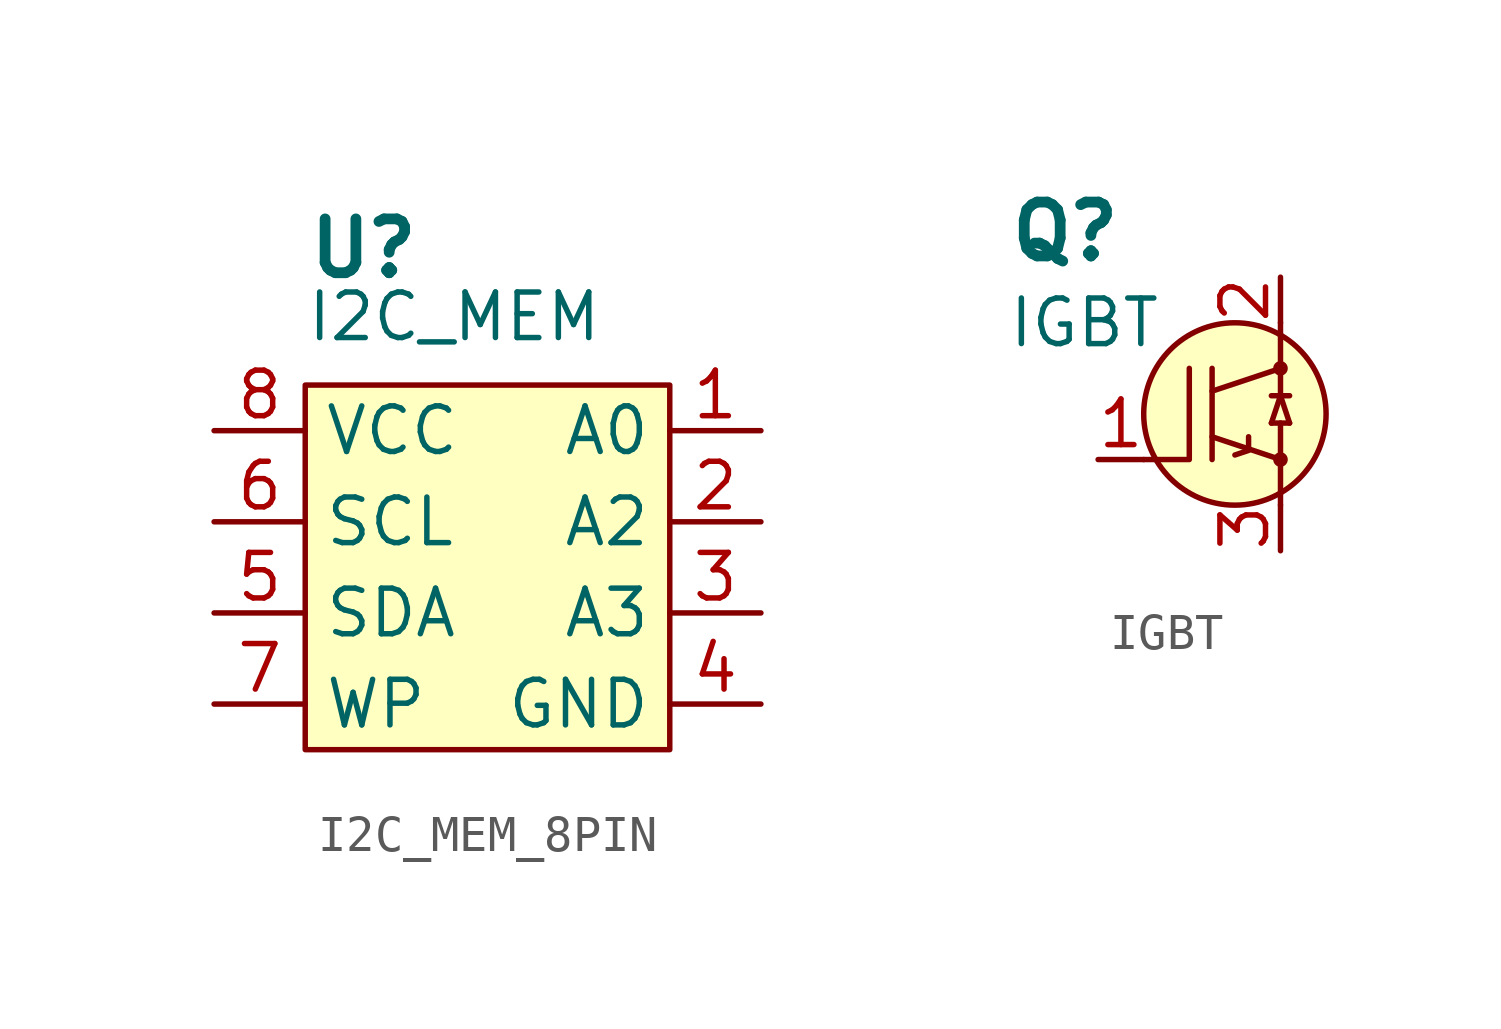
<source format=kicad_sym>
(kicad_symbol_lib
  (version 20231120)
  (generator "kicad_symbol_editor")
  (generator_version "8.0")
  (symbol "I2C_MEM_8PIN"
    (property "Reference" "U"
      (at 0 0 0)
      (effects (font (size 1.5 1.5) (bold yes)) (justify left)))
    (property "Value" "I2C_MEM"
      (at 0 -1.905 0)
      (effects (font (size 1.27 1.27)) (justify left)))
    (symbol "I2C_MEM_8PIN_1_1"
      (rectangle (start 0 -3.81) (end 10.16 -13.97) (stroke (width 0) (type default)) (fill (type background)))
      (pin input line (at 12.7 -5.08 180) (length 2.54) (name "A0" (effects (font (size 1.27 1.27)))) (number "1" (effects (font (size 1.27 1.27)))))
      (pin input line (at 12.7 -7.62 180) (length 2.54) (name "A2" (effects (font (size 1.27 1.27)))) (number "2" (effects (font (size 1.27 1.27)))))
      (pin input line (at 12.7 -10.16 180) (length 2.54) (name "A3" (effects (font (size 1.27 1.27)))) (number "3" (effects (font (size 1.27 1.27)))))
      (pin power_in line (at 12.7 -12.7 180) (length 2.54) (name "GND" (effects (font (size 1.27 1.27)))) (number "4" (effects (font (size 1.27 1.27)))))
      (pin bidirectional line (at -2.54 -10.16 0) (length 2.54) (name "SDA" (effects (font (size 1.27 1.27)))) (number "5" (effects (font (size 1.27 1.27)))))
      (pin input line (at -2.54 -7.62 0) (length 2.54) (name "SCL" (effects (font (size 1.27 1.27)))) (number "6" (effects (font (size 1.27 1.27)))))
      (pin input line (at -2.54 -12.7 0) (length 2.54) (name "WP" (effects (font (size 1.27 1.27)))) (number "7" (effects (font (size 1.27 1.27)))))
      (pin power_in line (at -2.54 -5.08 0) (length 2.54) (name "VCC" (effects (font (size 1.27 1.27)))) (number "8" (effects (font (size 1.27 1.27)))))))
  (symbol "IGBT"
    (pin_names hide)
    (property "Reference" "Q"
      (at 0 0 0)
      (effects (font (size 1.5 1.5) (bold yes)) (justify left)))
    (property "Value" "IGBT"
      (at 0 -2.54 0)
      (effects (font (size 1.27 1.27)) (justify left)))
    (symbol "IGBT_0_1"
      (polyline (pts (xy 5.715 -3.81) (xy 5.715 -6.35)) (stroke (width 0) (type default)) (fill (type none)))
      (polyline (pts (xy 7.366 -5.334) (xy 7.874 -5.334)) (stroke (width 0) (type default)) (fill (type none)))
      (polyline (pts (xy 7.366 -4.572) (xy 7.874 -4.572)) (stroke (width 0) (type default)) (fill (type none)))
      (polyline (pts (xy 7.62 -5.334) (xy 7.62 -6.35)) (stroke (width 0) (type default)) (fill (type none)))
      (polyline (pts (xy 7.62 -4.572) (xy 7.366 -5.334)) (stroke (width 0) (type default)) (fill (type none)))
      (polyline (pts (xy 7.62 -4.572) (xy 7.62 -3.81)) (stroke (width 0) (type default)) (fill (type none)))
      (polyline (pts (xy 7.62 -4.572) (xy 7.874 -5.334)) (stroke (width 0) (type default)) (fill (type none)))
      (polyline (pts (xy 3.81 -6.35) (xy 5.08 -6.35) (xy 5.08 -3.81)) (stroke (width 0) (type default)) (fill (type none)))
      (polyline (pts (xy 5.715 -5.715) (xy 7.62 -6.35) (xy 7.62 -7.62)) (stroke (width 0) (type default)) (fill (type none)))
      (polyline (pts (xy 6.35 -6.223) (xy 6.731 -6.096) (xy 6.731 -5.715)) (stroke (width 0) (type default)) (fill (type none)))
      (polyline (pts (xy 7.62 -2.54) (xy 7.62 -3.81) (xy 5.715 -4.445)) (stroke (width 0) (type default)) (fill (type none))))
    (symbol "IGBT_1_1"
      (circle (center 6.35 -5.08) (radius 2.54) (stroke (width 0) (type default)) (fill (type background)))
      (circle (center 7.62 -6.35) (radius 0.127) (stroke (width 0) (type default)) (fill (type outline)))
      (circle (center 7.62 -3.81) (radius 0.127) (stroke (width 0) (type default)) (fill (type outline)))
      (pin bidirectional line (at 2.54 -6.35 0) (length 1.27) (name "G" (effects (font (size 1.27 1.27)))) (number "1" (effects (font (size 1.27 1.27)))))
      (pin bidirectional line (at 7.62 -1.27 270) (length 1.27) (name "D" (effects (font (size 1.27 1.27)))) (number "2" (effects (font (size 1.27 1.27)))))
      (pin bidirectional line (at 7.62 -8.89 90) (length 1.27) (name "S" (effects (font (size 1.27 1.27)))) (number "3" (effects (font (size 1.27 1.27))))))))
</source>
